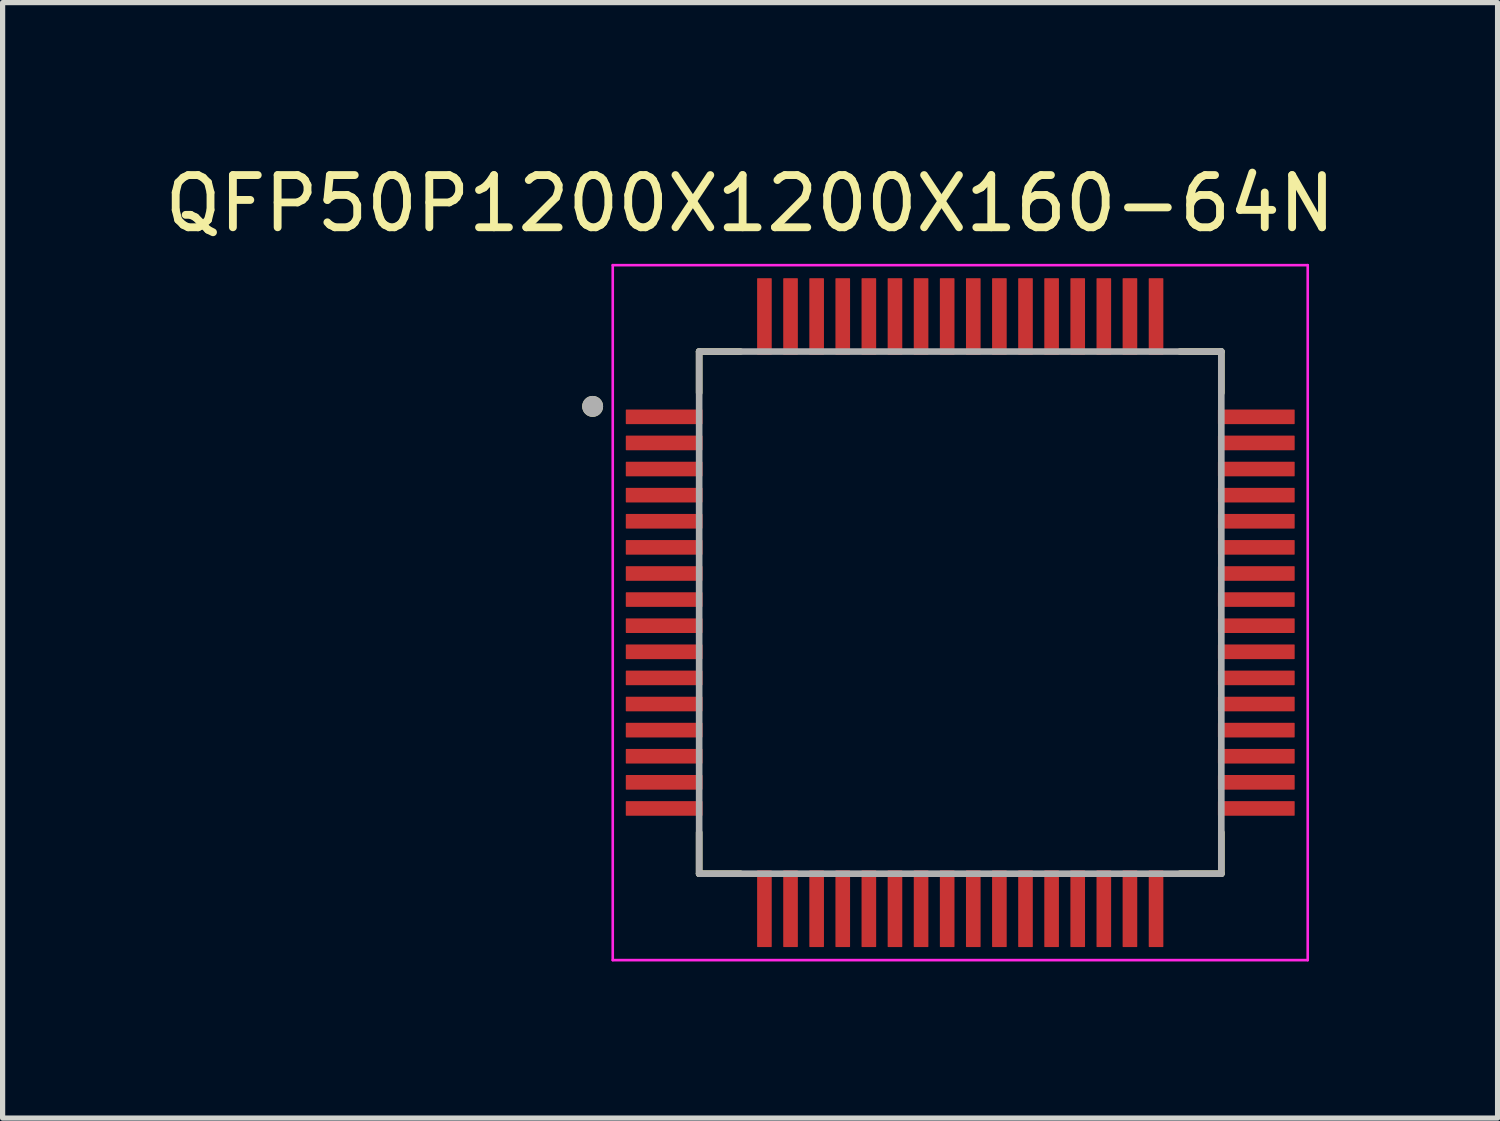
<source format=kicad_pcb>
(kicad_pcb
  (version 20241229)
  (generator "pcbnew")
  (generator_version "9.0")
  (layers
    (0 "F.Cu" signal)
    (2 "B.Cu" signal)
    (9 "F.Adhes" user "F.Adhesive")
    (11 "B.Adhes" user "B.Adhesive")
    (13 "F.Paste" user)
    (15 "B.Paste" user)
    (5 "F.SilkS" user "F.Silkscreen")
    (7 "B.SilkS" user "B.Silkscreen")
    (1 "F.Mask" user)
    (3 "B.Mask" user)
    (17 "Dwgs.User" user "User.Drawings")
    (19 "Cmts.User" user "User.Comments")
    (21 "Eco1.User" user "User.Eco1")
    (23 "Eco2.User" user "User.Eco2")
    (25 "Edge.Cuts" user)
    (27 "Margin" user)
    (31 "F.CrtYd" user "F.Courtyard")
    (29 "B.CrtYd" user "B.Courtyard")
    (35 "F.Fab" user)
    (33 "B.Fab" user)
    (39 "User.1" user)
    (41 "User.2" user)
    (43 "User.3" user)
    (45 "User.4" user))
  (footprint "QFP50P1200X1200X160-64N"
    (layer "F.Cu")
    (at 15.34 8.683)
    (property "Reference" "QFP50P1200X1200X160-64N" (at -4.025 -7.835 0) (layer "F.SilkS") (effects (font (size 1 1) (thickness 0.15))))
    (attr through_hole)
    (fp_line (start -5 -5) (end -5 -4.21) (stroke (width 0.127) (type solid)) (layer "F.SilkS"))
    (fp_line (start -5 -5) (end -4.21 -5) (stroke (width 0.127) (type solid)) (layer "F.SilkS"))
    (fp_line (start -5 5) (end -5 4.21) (stroke (width 0.127) (type solid)) (layer "F.SilkS"))
    (fp_line (start -5 5) (end -4.21 5) (stroke (width 0.127) (type solid)) (layer "F.SilkS"))
    (fp_line (start 5 -5) (end 4.21 -5) (stroke (width 0.127) (type solid)) (layer "F.SilkS"))
    (fp_line (start 5 -5) (end 5 -4.21) (stroke (width 0.127) (type solid)) (layer "F.SilkS"))
    (fp_line (start 5 5) (end 4.21 5) (stroke (width 0.127) (type solid)) (layer "F.SilkS"))
    (fp_line (start 5 5) (end 5 4.21) (stroke (width 0.127) (type solid)) (layer "F.SilkS"))
    (fp_circle (center -7.04 -3.95) (end -6.94 -3.95) (stroke (width 0.2) (type solid)) (fill no) (layer "F.SilkS"))
    (fp_line (start -6.655 -6.655) (end 6.655 -6.655) (stroke (width 0.05) (type solid)) (layer "F.CrtYd"))
    (fp_line (start -6.655 6.655) (end -6.655 -6.655) (stroke (width 0.05) (type solid)) (layer "F.CrtYd"))
    (fp_line (start -6.655 6.655) (end 6.655 6.655) (stroke (width 0.05) (type solid)) (layer "F.CrtYd"))
    (fp_line (start 6.655 6.655) (end 6.655 -6.655) (stroke (width 0.05) (type solid)) (layer "F.CrtYd"))
    (fp_line (start -5 5) (end -5 -5) (stroke (width 0.127) (type solid)) (layer "F.Fab"))
    (fp_line (start 5 -5) (end -5 -5) (stroke (width 0.127) (type solid)) (layer "F.Fab"))
    (fp_line (start 5 5) (end -5 5) (stroke (width 0.127) (type solid)) (layer "F.Fab"))
    (fp_line (start 5 5) (end 5 -5) (stroke (width 0.127) (type solid)) (layer "F.Fab"))
    (fp_circle (center -7.04 -3.95) (end -6.94 -3.95) (stroke (width 0.2) (type solid)) (fill no) (layer "F.Fab"))
    (pad "1" smd roundrect (at -5.67 -3.75) (size 1.47 0.28) (layers "F.Cu" "F.Mask" "F.Paste") (roundrect_rratio 0.04))
    (pad "2" smd roundrect (at -5.67 -3.25) (size 1.47 0.28) (layers "F.Cu" "F.Mask" "F.Paste") (roundrect_rratio 0.04))
    (pad "3" smd roundrect (at -5.67 -2.75) (size 1.47 0.28) (layers "F.Cu" "F.Mask" "F.Paste") (roundrect_rratio 0.04))
    (pad "4" smd roundrect (at -5.67 -2.25) (size 1.47 0.28) (layers "F.Cu" "F.Mask" "F.Paste") (roundrect_rratio 0.04))
    (pad "5" smd roundrect (at -5.67 -1.75) (size 1.47 0.28) (layers "F.Cu" "F.Mask" "F.Paste") (roundrect_rratio 0.04))
    (pad "6" smd roundrect (at -5.67 -1.25) (size 1.47 0.28) (layers "F.Cu" "F.Mask" "F.Paste") (roundrect_rratio 0.04))
    (pad "7" smd roundrect (at -5.67 -0.75) (size 1.47 0.28) (layers "F.Cu" "F.Mask" "F.Paste") (roundrect_rratio 0.04))
    (pad "8" smd roundrect (at -5.67 -0.25) (size 1.47 0.28) (layers "F.Cu" "F.Mask" "F.Paste") (roundrect_rratio 0.04))
    (pad "9" smd roundrect (at -5.67 0.25) (size 1.47 0.28) (layers "F.Cu" "F.Mask" "F.Paste") (roundrect_rratio 0.04))
    (pad "10" smd roundrect (at -5.67 0.75) (size 1.47 0.28) (layers "F.Cu" "F.Mask" "F.Paste") (roundrect_rratio 0.04))
    (pad "11" smd roundrect (at -5.67 1.25) (size 1.47 0.28) (layers "F.Cu" "F.Mask" "F.Paste") (roundrect_rratio 0.04))
    (pad "12" smd roundrect (at -5.67 1.75) (size 1.47 0.28) (layers "F.Cu" "F.Mask" "F.Paste") (roundrect_rratio 0.04))
    (pad "13" smd roundrect (at -5.67 2.25) (size 1.47 0.28) (layers "F.Cu" "F.Mask" "F.Paste") (roundrect_rratio 0.04))
    (pad "14" smd roundrect (at -5.67 2.75) (size 1.47 0.28) (layers "F.Cu" "F.Mask" "F.Paste") (roundrect_rratio 0.04))
    (pad "15" smd roundrect (at -5.67 3.25) (size 1.47 0.28) (layers "F.Cu" "F.Mask" "F.Paste") (roundrect_rratio 0.04))
    (pad "16" smd roundrect (at -5.67 3.75) (size 1.47 0.28) (layers "F.Cu" "F.Mask" "F.Paste") (roundrect_rratio 0.04))
    (pad "17" smd roundrect (at -3.75 5.67 90) (size 1.47 0.28) (layers "F.Cu" "F.Mask" "F.Paste") (roundrect_rratio 0.04))
    (pad "18" smd roundrect (at -3.25 5.67 90) (size 1.47 0.28) (layers "F.Cu" "F.Mask" "F.Paste") (roundrect_rratio 0.04))
    (pad "19" smd roundrect (at -2.75 5.67 90) (size 1.47 0.28) (layers "F.Cu" "F.Mask" "F.Paste") (roundrect_rratio 0.04))
    (pad "20" smd roundrect (at -2.25 5.67 90) (size 1.47 0.28) (layers "F.Cu" "F.Mask" "F.Paste") (roundrect_rratio 0.04))
    (pad "21" smd roundrect (at -1.75 5.67 90) (size 1.47 0.28) (layers "F.Cu" "F.Mask" "F.Paste") (roundrect_rratio 0.04))
    (pad "22" smd roundrect (at -1.25 5.67 90) (size 1.47 0.28) (layers "F.Cu" "F.Mask" "F.Paste") (roundrect_rratio 0.04))
    (pad "23" smd roundrect (at -0.75 5.67 90) (size 1.47 0.28) (layers "F.Cu" "F.Mask" "F.Paste") (roundrect_rratio 0.04))
    (pad "24" smd roundrect (at -0.25 5.67 90) (size 1.47 0.28) (layers "F.Cu" "F.Mask" "F.Paste") (roundrect_rratio 0.04))
    (pad "25" smd roundrect (at 0.25 5.67 90) (size 1.47 0.28) (layers "F.Cu" "F.Mask" "F.Paste") (roundrect_rratio 0.04))
    (pad "26" smd roundrect (at 0.75 5.67 90) (size 1.47 0.28) (layers "F.Cu" "F.Mask" "F.Paste") (roundrect_rratio 0.04))
    (pad "27" smd roundrect (at 1.25 5.67 90) (size 1.47 0.28) (layers "F.Cu" "F.Mask" "F.Paste") (roundrect_rratio 0.04))
    (pad "28" smd roundrect (at 1.75 5.67 90) (size 1.47 0.28) (layers "F.Cu" "F.Mask" "F.Paste") (roundrect_rratio 0.04))
    (pad "29" smd roundrect (at 2.25 5.67 90) (size 1.47 0.28) (layers "F.Cu" "F.Mask" "F.Paste") (roundrect_rratio 0.04))
    (pad "30" smd roundrect (at 2.75 5.67 90) (size 1.47 0.28) (layers "F.Cu" "F.Mask" "F.Paste") (roundrect_rratio 0.04))
    (pad "31" smd roundrect (at 3.25 5.67 90) (size 1.47 0.28) (layers "F.Cu" "F.Mask" "F.Paste") (roundrect_rratio 0.04))
    (pad "32" smd roundrect (at 3.75 5.67 90) (size 1.47 0.28) (layers "F.Cu" "F.Mask" "F.Paste") (roundrect_rratio 0.04))
    (pad "33" smd roundrect (at 5.67 3.75) (size 1.47 0.28) (layers "F.Cu" "F.Mask" "F.Paste") (roundrect_rratio 0.04))
    (pad "34" smd roundrect (at 5.67 3.25) (size 1.47 0.28) (layers "F.Cu" "F.Mask" "F.Paste") (roundrect_rratio 0.04))
    (pad "35" smd roundrect (at 5.67 2.75) (size 1.47 0.28) (layers "F.Cu" "F.Mask" "F.Paste") (roundrect_rratio 0.04))
    (pad "36" smd roundrect (at 5.67 2.25) (size 1.47 0.28) (layers "F.Cu" "F.Mask" "F.Paste") (roundrect_rratio 0.04))
    (pad "37" smd roundrect (at 5.67 1.75) (size 1.47 0.28) (layers "F.Cu" "F.Mask" "F.Paste") (roundrect_rratio 0.04))
    (pad "38" smd roundrect (at 5.67 1.25) (size 1.47 0.28) (layers "F.Cu" "F.Mask" "F.Paste") (roundrect_rratio 0.04))
    (pad "39" smd roundrect (at 5.67 0.75) (size 1.47 0.28) (layers "F.Cu" "F.Mask" "F.Paste") (roundrect_rratio 0.04))
    (pad "40" smd roundrect (at 5.67 0.25) (size 1.47 0.28) (layers "F.Cu" "F.Mask" "F.Paste") (roundrect_rratio 0.04))
    (pad "41" smd roundrect (at 5.67 -0.25) (size 1.47 0.28) (layers "F.Cu" "F.Mask" "F.Paste") (roundrect_rratio 0.04))
    (pad "42" smd roundrect (at 5.67 -0.75) (size 1.47 0.28) (layers "F.Cu" "F.Mask" "F.Paste") (roundrect_rratio 0.04))
    (pad "43" smd roundrect (at 5.67 -1.25) (size 1.47 0.28) (layers "F.Cu" "F.Mask" "F.Paste") (roundrect_rratio 0.04))
    (pad "44" smd roundrect (at 5.67 -1.75) (size 1.47 0.28) (layers "F.Cu" "F.Mask" "F.Paste") (roundrect_rratio 0.04))
    (pad "45" smd roundrect (at 5.67 -2.25) (size 1.47 0.28) (layers "F.Cu" "F.Mask" "F.Paste") (roundrect_rratio 0.04))
    (pad "46" smd roundrect (at 5.67 -2.75) (size 1.47 0.28) (layers "F.Cu" "F.Mask" "F.Paste") (roundrect_rratio 0.04))
    (pad "47" smd roundrect (at 5.67 -3.25) (size 1.47 0.28) (layers "F.Cu" "F.Mask" "F.Paste") (roundrect_rratio 0.04))
    (pad "48" smd roundrect (at 5.67 -3.75) (size 1.47 0.28) (layers "F.Cu" "F.Mask" "F.Paste") (roundrect_rratio 0.04))
    (pad "49" smd roundrect (at 3.75 -5.67 90) (size 1.47 0.28) (layers "F.Cu" "F.Mask" "F.Paste") (roundrect_rratio 0.04))
    (pad "50" smd roundrect (at 3.25 -5.67 90) (size 1.47 0.28) (layers "F.Cu" "F.Mask" "F.Paste") (roundrect_rratio 0.04))
    (pad "51" smd roundrect (at 2.75 -5.67 90) (size 1.47 0.28) (layers "F.Cu" "F.Mask" "F.Paste") (roundrect_rratio 0.04))
    (pad "52" smd roundrect (at 2.25 -5.67 90) (size 1.47 0.28) (layers "F.Cu" "F.Mask" "F.Paste") (roundrect_rratio 0.04))
    (pad "53" smd roundrect (at 1.75 -5.67 90) (size 1.47 0.28) (layers "F.Cu" "F.Mask" "F.Paste") (roundrect_rratio 0.04))
    (pad "54" smd roundrect (at 1.25 -5.67 90) (size 1.47 0.28) (layers "F.Cu" "F.Mask" "F.Paste") (roundrect_rratio 0.04))
    (pad "55" smd roundrect (at 0.75 -5.67 90) (size 1.47 0.28) (layers "F.Cu" "F.Mask" "F.Paste") (roundrect_rratio 0.04))
    (pad "56" smd roundrect (at 0.25 -5.67 90) (size 1.47 0.28) (layers "F.Cu" "F.Mask" "F.Paste") (roundrect_rratio 0.04))
    (pad "57" smd roundrect (at -0.25 -5.67 90) (size 1.47 0.28) (layers "F.Cu" "F.Mask" "F.Paste") (roundrect_rratio 0.04))
    (pad "58" smd roundrect (at -0.75 -5.67 90) (size 1.47 0.28) (layers "F.Cu" "F.Mask" "F.Paste") (roundrect_rratio 0.04))
    (pad "59" smd roundrect (at -1.25 -5.67 90) (size 1.47 0.28) (layers "F.Cu" "F.Mask" "F.Paste") (roundrect_rratio 0.04))
    (pad "60" smd roundrect (at -1.75 -5.67 90) (size 1.47 0.28) (layers "F.Cu" "F.Mask" "F.Paste") (roundrect_rratio 0.04))
    (pad "61" smd roundrect (at -2.25 -5.67 90) (size 1.47 0.28) (layers "F.Cu" "F.Mask" "F.Paste") (roundrect_rratio 0.04))
    (pad "62" smd roundrect (at -2.75 -5.67 90) (size 1.47 0.28) (layers "F.Cu" "F.Mask" "F.Paste") (roundrect_rratio 0.04))
    (pad "63" smd roundrect (at -3.25 -5.67 90) (size 1.47 0.28) (layers "F.Cu" "F.Mask" "F.Paste") (roundrect_rratio 0.04))
    (pad "64" smd roundrect (at -3.75 -5.67 90) (size 1.47 0.28) (layers "F.Cu" "F.Mask" "F.Paste") (roundrect_rratio 0.04)))
  (gr_rect
    (start -3 -3)
    (end 25.631 18.363)
    (stroke (width 0.1) (type default))
    (fill no)
    (layer "Edge.Cuts")))
</source>
